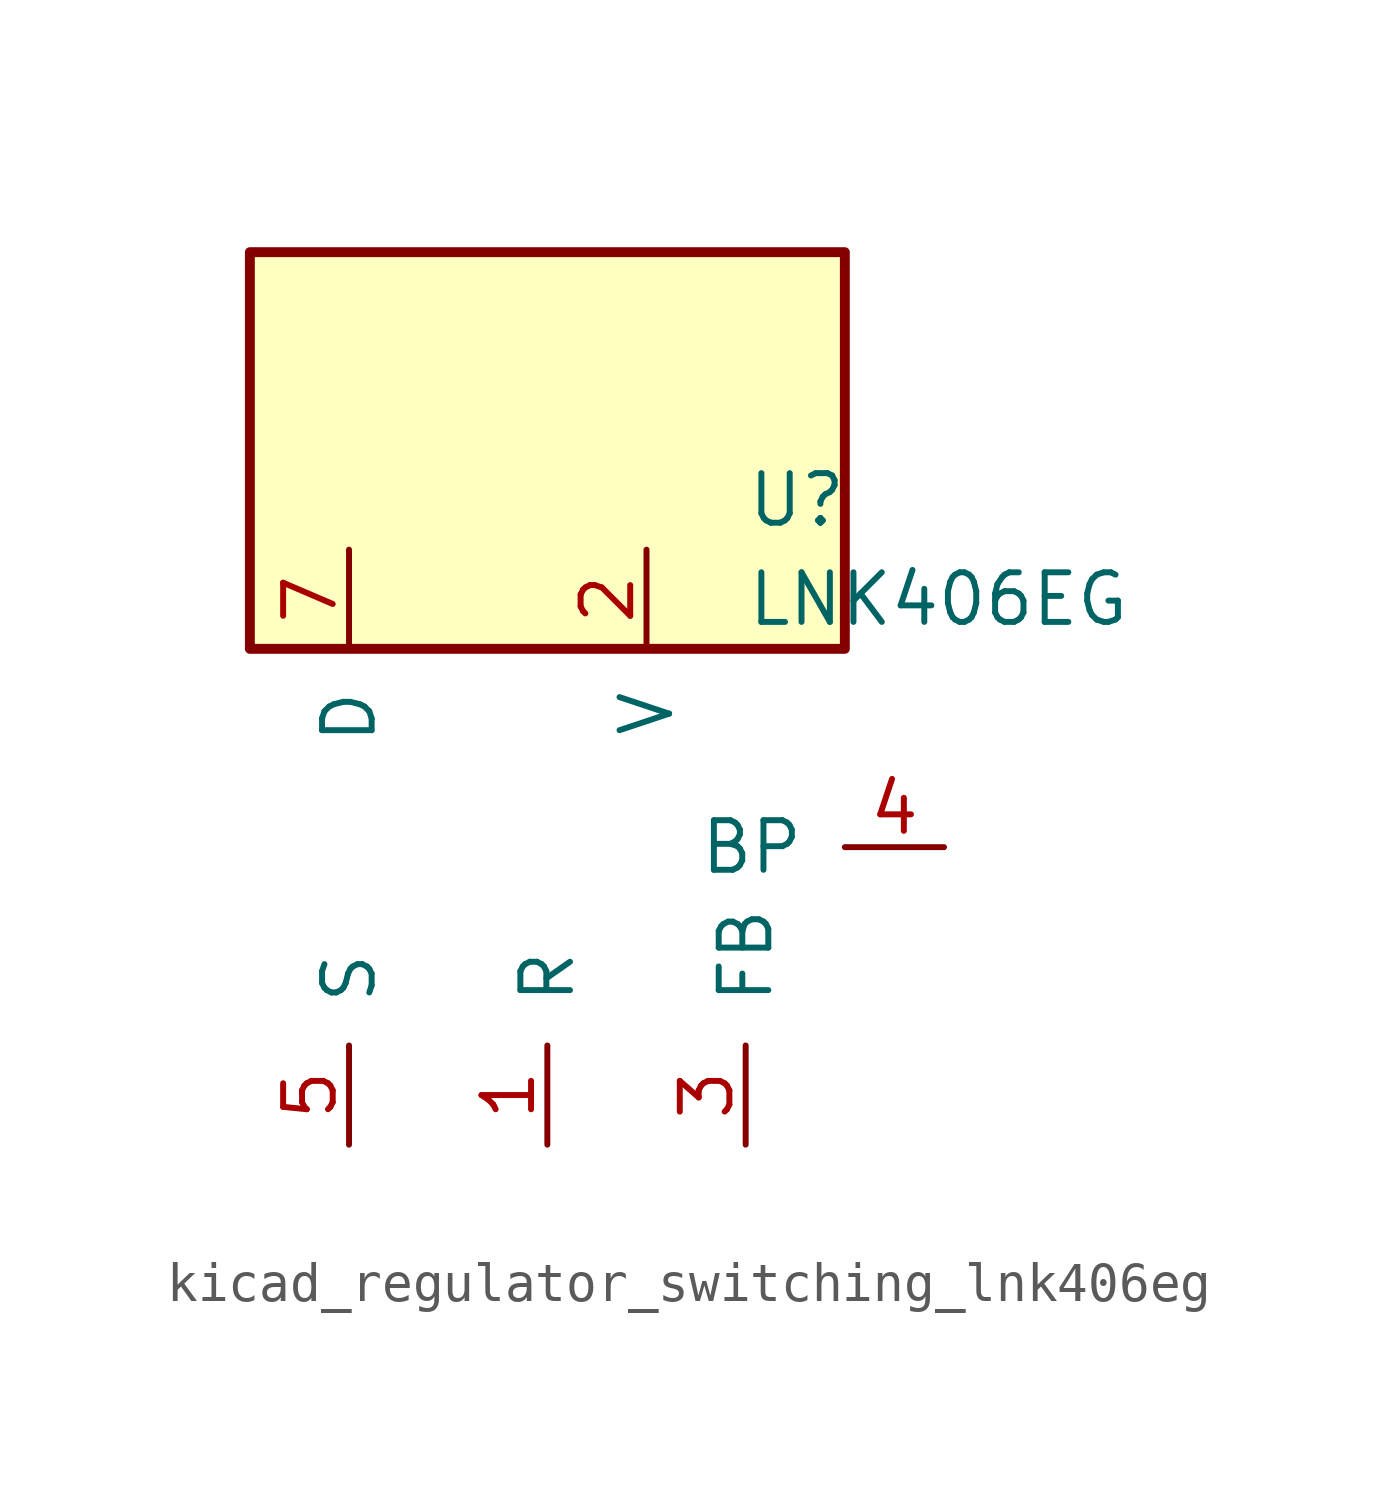
<source format=kicad_sym>
(kicad_symbol_lib
  (version 20220914)
  (generator kicad_symbol_editor)
  (symbol "kicad_regulator_switching_lnk406eg"
    (pin_names
      (offset 1.016))
    (property "Reference" "U"
      (at 5.08 8.89 0)
      (effects (font (size 1.27 1.27)) (justify left)))
    (property "Value" "LNK406EG"
      (at 5.08 6.35 0)
      (effects (font (size 1.27 1.27)) (justify left)))
    (symbol "kicad_regulator_switching_lnk406eg_0_1"
      (rectangle (start 7.62 15.24) (end -7.62 5.08) (stroke (width 0.254) (type default)) (fill (type background))))
    (symbol "kicad_regulator_switching_lnk406eg_1_1"
      (pin input line (at 0 -7.62 90) (length 2.54) (name "R" (effects (font (size 1.27 1.27)))) (number "1" (effects (font (size 1.27 1.27)))))
      (pin input line (at 2.54 7.62 270) (length 2.54) (name "V" (effects (font (size 1.27 1.27)))) (number "2" (effects (font (size 1.27 1.27)))))
      (pin input line (at 5.08 -7.62 90) (length 2.54) (name "FB" (effects (font (size 1.27 1.27)))) (number "3" (effects (font (size 1.27 1.27)))))
      (pin input line (at 10.16 0 180) (length 2.54) (name "BP" (effects (font (size 1.27 1.27)))) (number "4" (effects (font (size 1.27 1.27)))))
      (pin power_in line (at -5.08 -7.62 90) (length 2.54) (name "S" (effects (font (size 1.27 1.27)))) (number "5" (effects (font (size 1.27 1.27)))))
      (pin open_collector line (at -5.08 7.62 270) (length 2.54) (name "D" (effects (font (size 1.27 1.27)))) (number "7" (effects (font (size 1.27 1.27))))))))
</source>
